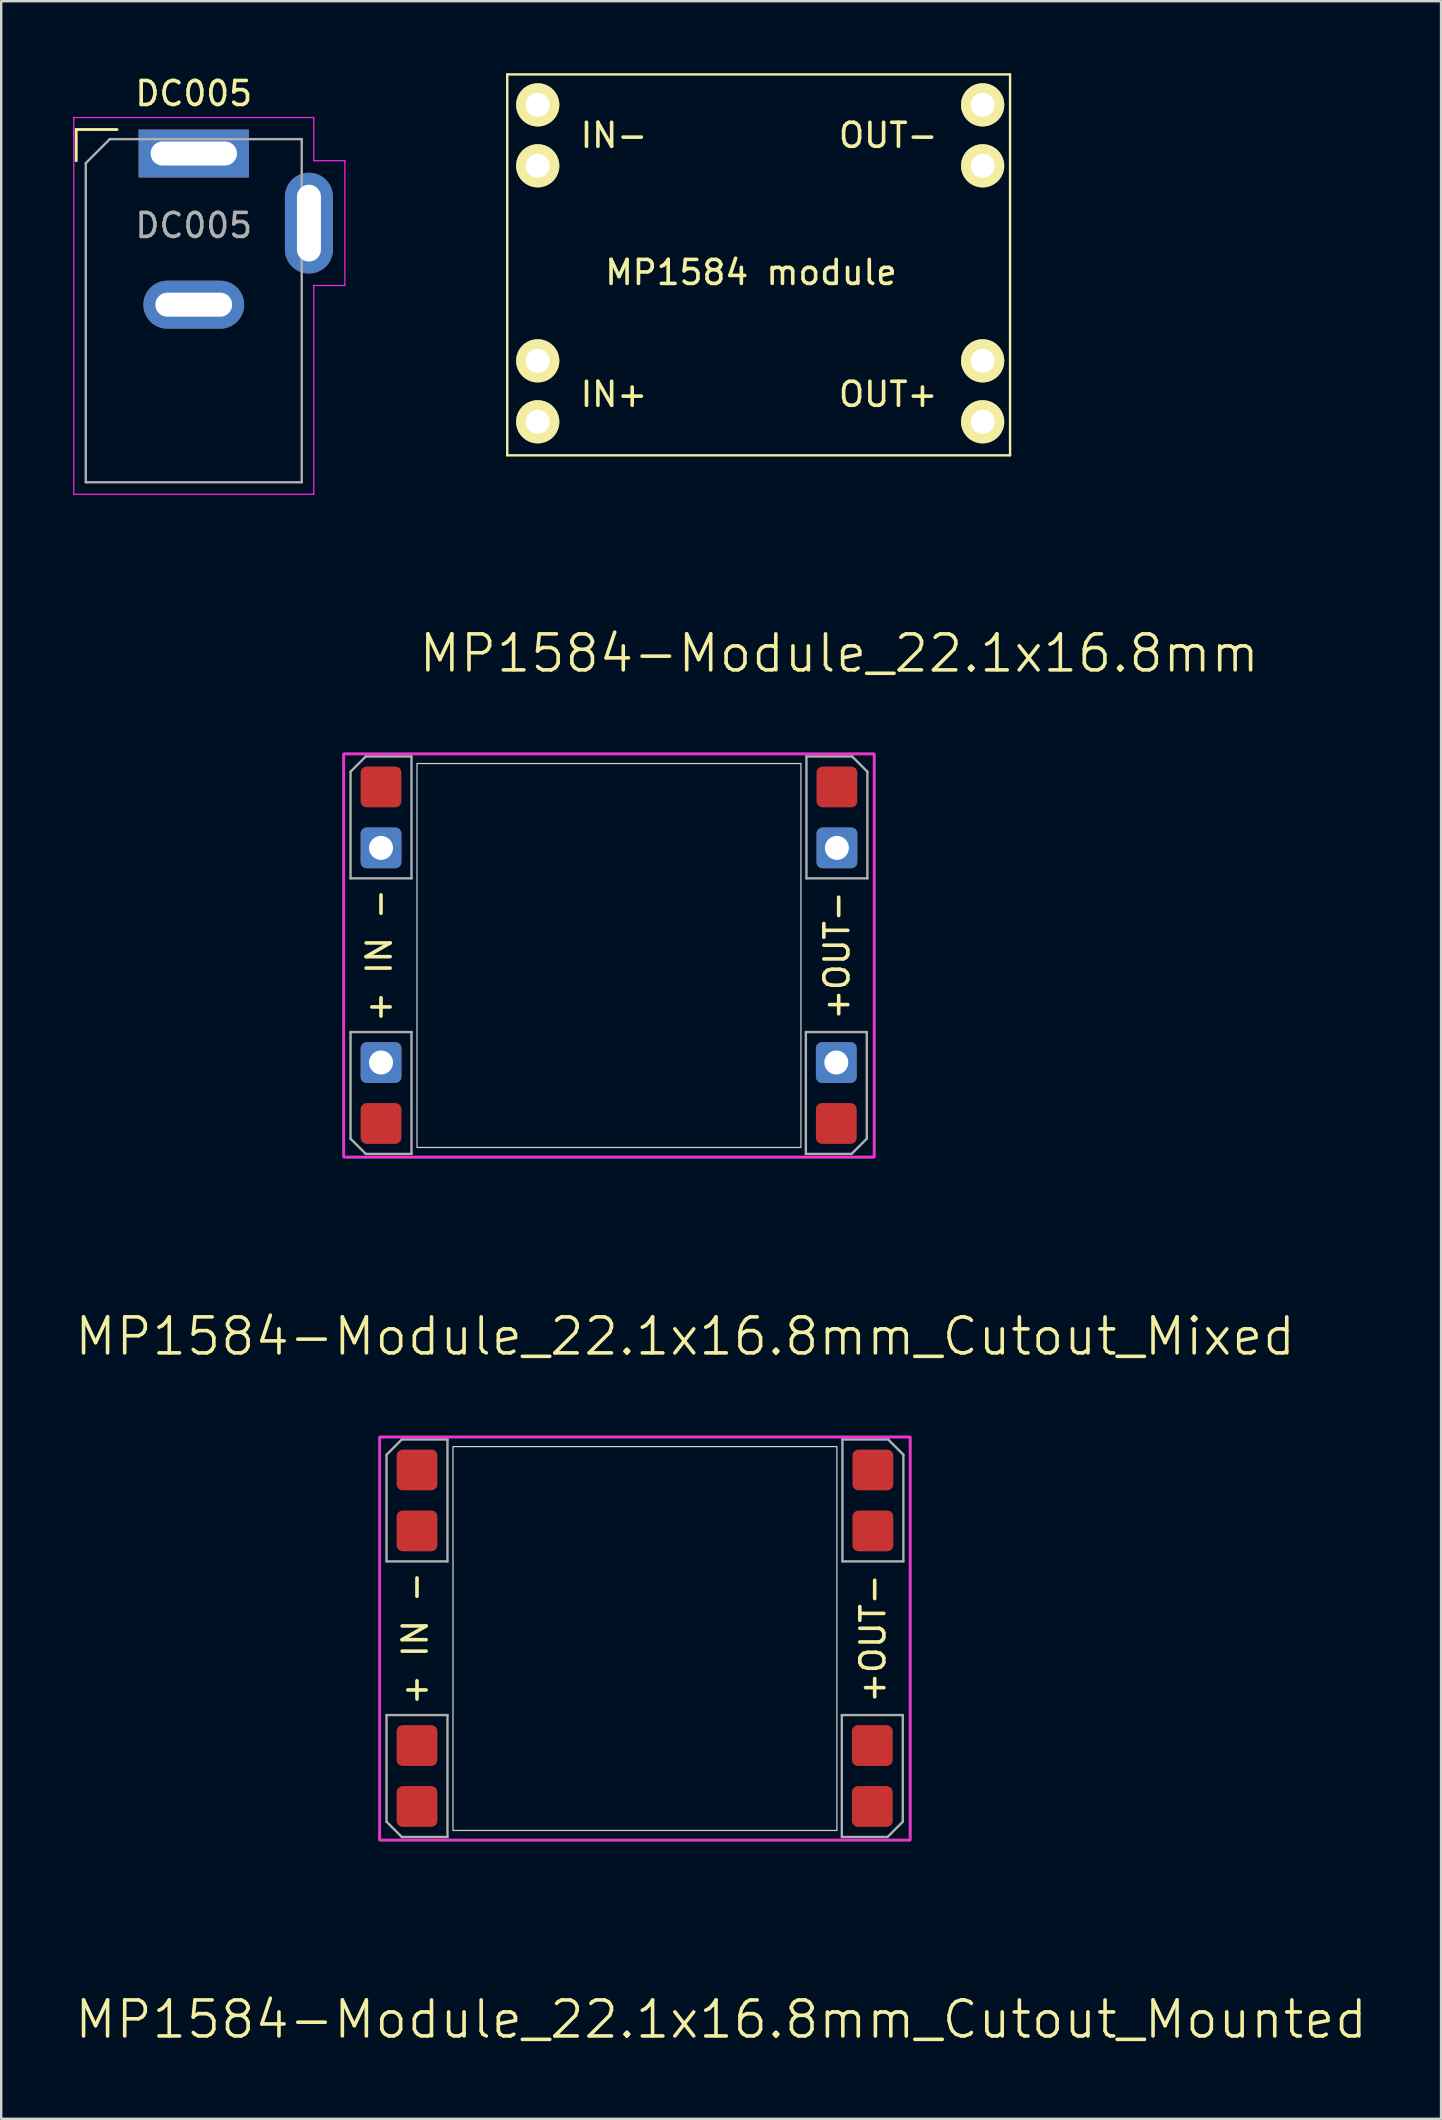
<source format=kicad_pcb>
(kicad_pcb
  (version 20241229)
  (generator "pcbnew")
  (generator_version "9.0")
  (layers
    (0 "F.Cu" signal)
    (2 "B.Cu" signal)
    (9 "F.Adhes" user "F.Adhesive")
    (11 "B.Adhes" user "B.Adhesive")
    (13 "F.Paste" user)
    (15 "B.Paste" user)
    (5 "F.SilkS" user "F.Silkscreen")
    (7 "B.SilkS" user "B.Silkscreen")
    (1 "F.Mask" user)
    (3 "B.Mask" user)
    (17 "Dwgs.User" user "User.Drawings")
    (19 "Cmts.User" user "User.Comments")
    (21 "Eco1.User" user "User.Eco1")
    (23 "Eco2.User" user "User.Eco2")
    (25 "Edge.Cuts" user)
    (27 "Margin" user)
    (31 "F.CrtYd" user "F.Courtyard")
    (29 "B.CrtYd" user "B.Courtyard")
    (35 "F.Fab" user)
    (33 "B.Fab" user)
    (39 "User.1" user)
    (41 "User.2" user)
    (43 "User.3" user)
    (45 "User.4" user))
  (footprint "DC005"
    (layer "F.Cu")
    (at 5.025 3.348)
    (property "Reference" "DC005" (at 0 -2.5 0) (layer "F.SilkS") (effects (font (size 1 1) (thickness 0.15))))
    (attr through_hole)
    (fp_line (start -4.9 -1) (end -4.9 0.3) (stroke (width 0.12) (type solid)) (layer "F.SilkS"))
    (fp_line (start -3.2 -1) (end -4.9 -1) (stroke (width 0.12) (type solid)) (layer "F.SilkS"))
    (fp_line (start -5 -1.5) (end -5 14.2) (stroke (width 0.05) (type solid)) (layer "F.CrtYd"))
    (fp_line (start -5 14.2) (end 5 14.2) (stroke (width 0.05) (type solid)) (layer "F.CrtYd"))
    (fp_line (start 5 -1.5) (end -5 -1.5) (stroke (width 0.05) (type solid)) (layer "F.CrtYd"))
    (fp_line (start 5 0.3) (end 5 -1.5) (stroke (width 0.05) (type solid)) (layer "F.CrtYd"))
    (fp_line (start 5 14.2) (end 5 5.5) (stroke (width 0.05) (type solid)) (layer "F.CrtYd"))
    (fp_line (start 6.3 0.3) (end 5 0.3) (stroke (width 0.05) (type solid)) (layer "F.CrtYd"))
    (fp_line (start 6.3 0.3) (end 6.3 5.5) (stroke (width 0.05) (type solid)) (layer "F.CrtYd"))
    (fp_line (start 6.3 5.5) (end 5 5.5) (stroke (width 0.05) (type solid)) (layer "F.CrtYd"))
    (fp_line (start -4.5 0.4) (end -3.5 -0.6) (stroke (width 0.1) (type solid)) (layer "F.Fab"))
    (fp_line (start -4.5 13.7) (end -4.5 0.4) (stroke (width 0.1) (type solid)) (layer "F.Fab"))
    (fp_line (start 4.5 -0.6) (end -3.5 -0.6) (stroke (width 0.1) (type solid)) (layer "F.Fab"))
    (fp_line (start 4.5 -0.6) (end 4.5 13.7) (stroke (width 0.1) (type solid)) (layer "F.Fab"))
    (fp_line (start 4.5 13.7) (end -4.5 13.7) (stroke (width 0.1) (type solid)) (layer "F.Fab"))
    (fp_text user "${REFERENCE}" (at 0 3 0) (layer "F.Fab") (effects (font (size 1 1) (thickness 0.15))))
    (pad "1" thru_hole rect (at 0 0) (size 4.6 2) (drill oval 3.6 1) (layers "*.Cu" "*.Mask"))
    (pad "2" thru_hole oval (at 0 6.3) (size 4.2 2) (drill oval 3.2 1) (layers "*.Cu" "*.Mask"))
    (pad "3" thru_hole oval (at 4.8 2.9) (size 2 4.2) (drill oval 1 3.2) (layers "*.Cu" "*.Mask")))
  (footprint "MP1584-Module_22.1x16.8mm_Cutout_Mounted"
    (layer "F.Cu")
    (at 23.829 65.237)
    (property "Reference" "MP1584-Module_22.1x16.8mm_Cutout_Mounted" (at 3.175 15.875 0) (layer "F.SilkS") (effects (font (size 1.5 1.5) (thickness 0.15))))
    (attr smd)
    (fp_rect (start -11.05 -8.4) (end 11.05 8.4) (stroke (width 0.1) (type solid)) (fill no) (layer "F.SilkS"))
    (fp_rect (start -8 -8) (end 8 8) (stroke (width 0.05) (type solid)) (fill no) (layer "Edge.Cuts"))
    (fp_rect (start -11.05 -8.4) (end 11.05 8.4) (stroke (width 0.1) (type solid)) (fill no) (layer "F.CrtYd"))
    (fp_line (start -10.77 -7.66) (end -10.135 -8.295) (stroke (width 0.1) (type solid)) (layer "F.Fab"))
    (fp_line (start -10.77 -3.215) (end -10.77 -7.66) (stroke (width 0.1) (type solid)) (layer "F.Fab"))
    (fp_line (start -10.77 3.19) (end -10.77 7.635) (stroke (width 0.1) (type solid)) (layer "F.Fab"))
    (fp_line (start -10.77 7.635) (end -10.135 8.27) (stroke (width 0.1) (type solid)) (layer "F.Fab"))
    (fp_line (start -10.135 -8.295) (end -8.23 -8.295) (stroke (width 0.1) (type solid)) (layer "F.Fab"))
    (fp_line (start -10.135 8.27) (end -8.23 8.27) (stroke (width 0.1) (type solid)) (layer "F.Fab"))
    (fp_line (start -8.23 -8.295) (end -8.23 -3.215) (stroke (width 0.1) (type solid)) (layer "F.Fab"))
    (fp_line (start -8.23 -3.215) (end -10.77 -3.215) (stroke (width 0.1) (type solid)) (layer "F.Fab"))
    (fp_line (start -8.23 3.19) (end -10.77 3.19) (stroke (width 0.1) (type solid)) (layer "F.Fab"))
    (fp_line (start -8.23 8.27) (end -8.23 3.19) (stroke (width 0.1) (type solid)) (layer "F.Fab"))
    (fp_line (start 8.205 3.19) (end 10.745 3.19) (stroke (width 0.1) (type solid)) (layer "F.Fab"))
    (fp_line (start 8.205 8.27) (end 8.205 3.19) (stroke (width 0.1) (type solid)) (layer "F.Fab"))
    (fp_line (start 8.23 -8.295) (end 8.23 -3.215) (stroke (width 0.1) (type solid)) (layer "F.Fab"))
    (fp_line (start 8.23 -3.215) (end 10.77 -3.215) (stroke (width 0.1) (type solid)) (layer "F.Fab"))
    (fp_line (start 10.11 8.27) (end 8.205 8.27) (stroke (width 0.1) (type solid)) (layer "F.Fab"))
    (fp_line (start 10.135 -8.295) (end 8.23 -8.295) (stroke (width 0.1) (type solid)) (layer "F.Fab"))
    (fp_line (start 10.745 3.19) (end 10.745 7.635) (stroke (width 0.1) (type solid)) (layer "F.Fab"))
    (fp_line (start 10.745 7.635) (end 10.11 8.27) (stroke (width 0.1) (type solid)) (layer "F.Fab"))
    (fp_line (start 10.77 -7.66) (end 10.135 -8.295) (stroke (width 0.1) (type solid)) (layer "F.Fab"))
    (fp_line (start 10.77 -3.215) (end 10.77 -7.66) (stroke (width 0.1) (type solid)) (layer "F.Fab"))
    (fp_text user "+ IN -" (at -9.575 0 90) (layer "F.SilkS") (effects (font (size 1 1) (thickness 0.15))))
    (fp_text user "+OUT-" (at 9.5 0 90) (layer "F.SilkS") (effects (font (size 1 1) (thickness 0.15))))
    (pad "1" smd roundrect (at -9.5 4.46 180) (size 1.7 1.7) (layers "F.Cu" "F.Mask" "F.Paste") (roundrect_rratio 0.147))
    (pad "1" smd roundrect (at -9.5 7 180) (size 1.7 1.7) (layers "F.Cu" "F.Mask" "F.Paste") (roundrect_rratio 0.147))
    (pad "2" smd roundrect (at -9.5 -7.025) (size 1.7 1.7) (layers "F.Cu" "F.Mask" "F.Paste") (roundrect_rratio 0.147))
    (pad "2" smd roundrect (at -9.5 -4.485) (size 1.7 1.7) (layers "F.Cu" "F.Mask" "F.Paste") (roundrect_rratio 0.147))
    (pad "3" smd roundrect (at 9.475 4.46 180) (size 1.7 1.7) (layers "F.Cu" "F.Mask" "F.Paste") (roundrect_rratio 0.147))
    (pad "3" smd roundrect (at 9.475 7 180) (size 1.7 1.7) (layers "F.Cu" "F.Mask" "F.Paste") (roundrect_rratio 0.147))
    (pad "4" smd roundrect (at 9.5 -7.025) (size 1.7 1.7) (layers "F.Cu" "F.Mask" "F.Paste") (roundrect_rratio 0.147))
    (pad "4" smd roundrect (at 9.5 -4.485) (size 1.7 1.7) (layers "F.Cu" "F.Mask" "F.Paste") (roundrect_rratio 0.147)))
  (footprint "MP1584-Module_22.1x16.8mm_Cutout_Mixed"
    (layer "F.Cu")
    (at 22.329 36.771)
    (property "Reference" "MP1584-Module_22.1x16.8mm_Cutout_Mixed" (at 3.175 15.875 0) (layer "F.SilkS") (effects (font (size 1.5 1.5) (thickness 0.15))))
    (attr smd)
    (fp_rect (start -11.05 -8.4) (end 11.05 8.4) (stroke (width 0.1) (type solid)) (fill no) (layer "F.SilkS"))
    (fp_rect (start -8 -8) (end 8 8) (stroke (width 0.05) (type solid)) (fill no) (layer "Edge.Cuts"))
    (fp_rect (start -11.05 -8.4) (end 11.05 8.4) (stroke (width 0.1) (type solid)) (fill no) (layer "F.CrtYd"))
    (fp_line (start -10.77 -7.66) (end -10.135 -8.295) (stroke (width 0.1) (type solid)) (layer "F.Fab"))
    (fp_line (start -10.77 -3.215) (end -10.77 -7.66) (stroke (width 0.1) (type solid)) (layer "F.Fab"))
    (fp_line (start -10.77 3.19) (end -10.77 7.635) (stroke (width 0.1) (type solid)) (layer "F.Fab"))
    (fp_line (start -10.77 7.635) (end -10.135 8.27) (stroke (width 0.1) (type solid)) (layer "F.Fab"))
    (fp_line (start -10.135 -8.295) (end -8.23 -8.295) (stroke (width 0.1) (type solid)) (layer "F.Fab"))
    (fp_line (start -10.135 8.27) (end -8.23 8.27) (stroke (width 0.1) (type solid)) (layer "F.Fab"))
    (fp_line (start -8.23 -8.295) (end -8.23 -3.215) (stroke (width 0.1) (type solid)) (layer "F.Fab"))
    (fp_line (start -8.23 -3.215) (end -10.77 -3.215) (stroke (width 0.1) (type solid)) (layer "F.Fab"))
    (fp_line (start -8.23 3.19) (end -10.77 3.19) (stroke (width 0.1) (type solid)) (layer "F.Fab"))
    (fp_line (start -8.23 8.27) (end -8.23 3.19) (stroke (width 0.1) (type solid)) (layer "F.Fab"))
    (fp_line (start 8.205 3.19) (end 10.745 3.19) (stroke (width 0.1) (type solid)) (layer "F.Fab"))
    (fp_line (start 8.205 8.27) (end 8.205 3.19) (stroke (width 0.1) (type solid)) (layer "F.Fab"))
    (fp_line (start 8.23 -8.295) (end 8.23 -3.215) (stroke (width 0.1) (type solid)) (layer "F.Fab"))
    (fp_line (start 8.23 -3.215) (end 10.77 -3.215) (stroke (width 0.1) (type solid)) (layer "F.Fab"))
    (fp_line (start 10.11 8.27) (end 8.205 8.27) (stroke (width 0.1) (type solid)) (layer "F.Fab"))
    (fp_line (start 10.135 -8.295) (end 8.23 -8.295) (stroke (width 0.1) (type solid)) (layer "F.Fab"))
    (fp_line (start 10.745 3.19) (end 10.745 7.635) (stroke (width 0.1) (type solid)) (layer "F.Fab"))
    (fp_line (start 10.745 7.635) (end 10.11 8.27) (stroke (width 0.1) (type solid)) (layer "F.Fab"))
    (fp_line (start 10.77 -7.66) (end 10.135 -8.295) (stroke (width 0.1) (type solid)) (layer "F.Fab"))
    (fp_line (start 10.77 -3.215) (end 10.77 -7.66) (stroke (width 0.1) (type solid)) (layer "F.Fab"))
    (fp_text user "+ IN -" (at -9.575 0 90) (layer "F.SilkS") (effects (font (size 1 1) (thickness 0.15))))
    (fp_text user "+OUT-" (at 9.5 0 90) (layer "F.SilkS") (effects (font (size 1 1) (thickness 0.15))))
    (pad "1" thru_hole roundrect (at -9.5 4.46 180) (size 1.7 1.7) (drill 1) (layers "*.Cu" "*.Mask") (roundrect_rratio 0.147))
    (pad "1" smd roundrect (at -9.5 7 180) (size 1.7 1.7) (layers "F.Cu" "F.Mask" "F.Paste") (roundrect_rratio 0.147))
    (pad "2" smd roundrect (at -9.5 -7.025) (size 1.7 1.7) (layers "F.Cu" "F.Mask" "F.Paste") (roundrect_rratio 0.147))
    (pad "2" thru_hole roundrect (at -9.5 -4.485) (size 1.7 1.7) (drill 1) (layers "*.Cu" "*.Mask") (roundrect_rratio 0.147))
    (pad "3" thru_hole roundrect (at 9.475 4.46 180) (size 1.7 1.7) (drill 1) (layers "*.Cu" "*.Mask") (roundrect_rratio 0.147))
    (pad "3" smd roundrect (at 9.475 7 180) (size 1.7 1.7) (layers "F.Cu" "F.Mask" "F.Paste") (roundrect_rratio 0.147))
    (pad "4" smd roundrect (at 9.5 -7.025) (size 1.7 1.7) (layers "F.Cu" "F.Mask" "F.Paste") (roundrect_rratio 0.147))
    (pad "4" thru_hole roundrect (at 9.5 -4.485) (size 1.7 1.7) (drill 1) (layers "*.Cu" "*.Mask") (roundrect_rratio 0.147)))
  (footprint "MP1584-Module_22.1x16.8mm"
    (layer "F.Cu")
    (at 28.75 8.305)
    (property "Reference" "MP1584-Module_22.1x16.8mm" (at 3.175 15.875 0) (layer "F.SilkS") (effects (font (size 1.5 1.5) (thickness 0.15))))
    (attr through_hole)
    (fp_line (start -10.66 -8.255) (end -10.66 7.62) (stroke (width 0.1) (type solid)) (layer "F.SilkS"))
    (fp_line (start -10.66 7.62) (end 10.295 7.62) (stroke (width 0.1) (type solid)) (layer "F.SilkS"))
    (fp_line (start 10.295 -8.255) (end -10.66 -8.255) (stroke (width 0.1) (type solid)) (layer "F.SilkS"))
    (fp_line (start 10.295 7.62) (end 10.295 -8.255) (stroke (width 0.1) (type solid)) (layer "F.SilkS"))
    (fp_text user "IN+" (at -6.215 5.08 0) (layer "F.SilkS") (effects (font (size 1 1) (thickness 0.15))))
    (fp_text user "IN-" (at -6.215 -5.715 0) (layer "F.SilkS") (effects (font (size 1 1) (thickness 0.15))))
    (fp_text user "OUT-" (at 5.215 -5.715 0) (layer "F.SilkS") (effects (font (size 1 1) (thickness 0.15))))
    (fp_text user "MP1584 module" (at -0.5 0 0) (layer "F.SilkS") (effects (font (size 1 1) (thickness 0.15))))
    (fp_text user "OUT+" (at 5.215 5.08 0) (layer "F.SilkS") (effects (font (size 1 1) (thickness 0.15))))
    (pad "1" thru_hole circle (at -9.39 3.683) (size 1.8 1.8) (drill 1) (layers "*.Cu" "*.Mask" "F.SilkS"))
    (pad "1" thru_hole circle (at -9.39 6.223) (size 1.8 1.8) (drill 1) (layers "*.Cu" "*.Mask" "F.SilkS"))
    (pad "2" thru_hole circle (at -9.39 -6.985) (size 1.8 1.8) (drill 1) (layers "*.Cu" "*.Mask" "F.SilkS"))
    (pad "2" thru_hole circle (at -9.39 -4.445) (size 1.8 1.8) (drill 1) (layers "*.Cu" "*.Mask" "F.SilkS"))
    (pad "3" thru_hole circle (at 9.152 3.683) (size 1.8 1.8) (drill 1) (layers "*.Cu" "*.Mask" "F.SilkS"))
    (pad "3" thru_hole circle (at 9.152 6.223) (size 1.8 1.8) (drill 1) (layers "*.Cu" "*.Mask" "F.SilkS"))
    (pad "4" thru_hole circle (at 9.152 -6.985) (size 1.8 1.8) (drill 1) (layers "*.Cu" "*.Mask" "F.SilkS"))
    (pad "4" thru_hole circle (at 9.152 -4.445) (size 1.8 1.8) (drill 1) (layers "*.Cu" "*.Mask" "F.SilkS")))
  (gr_rect
    (start -3 -3)
    (end 57.007 85.252)
    (stroke (width 0.1) (type default))
    (fill no)
    (layer "Edge.Cuts")))
</source>
